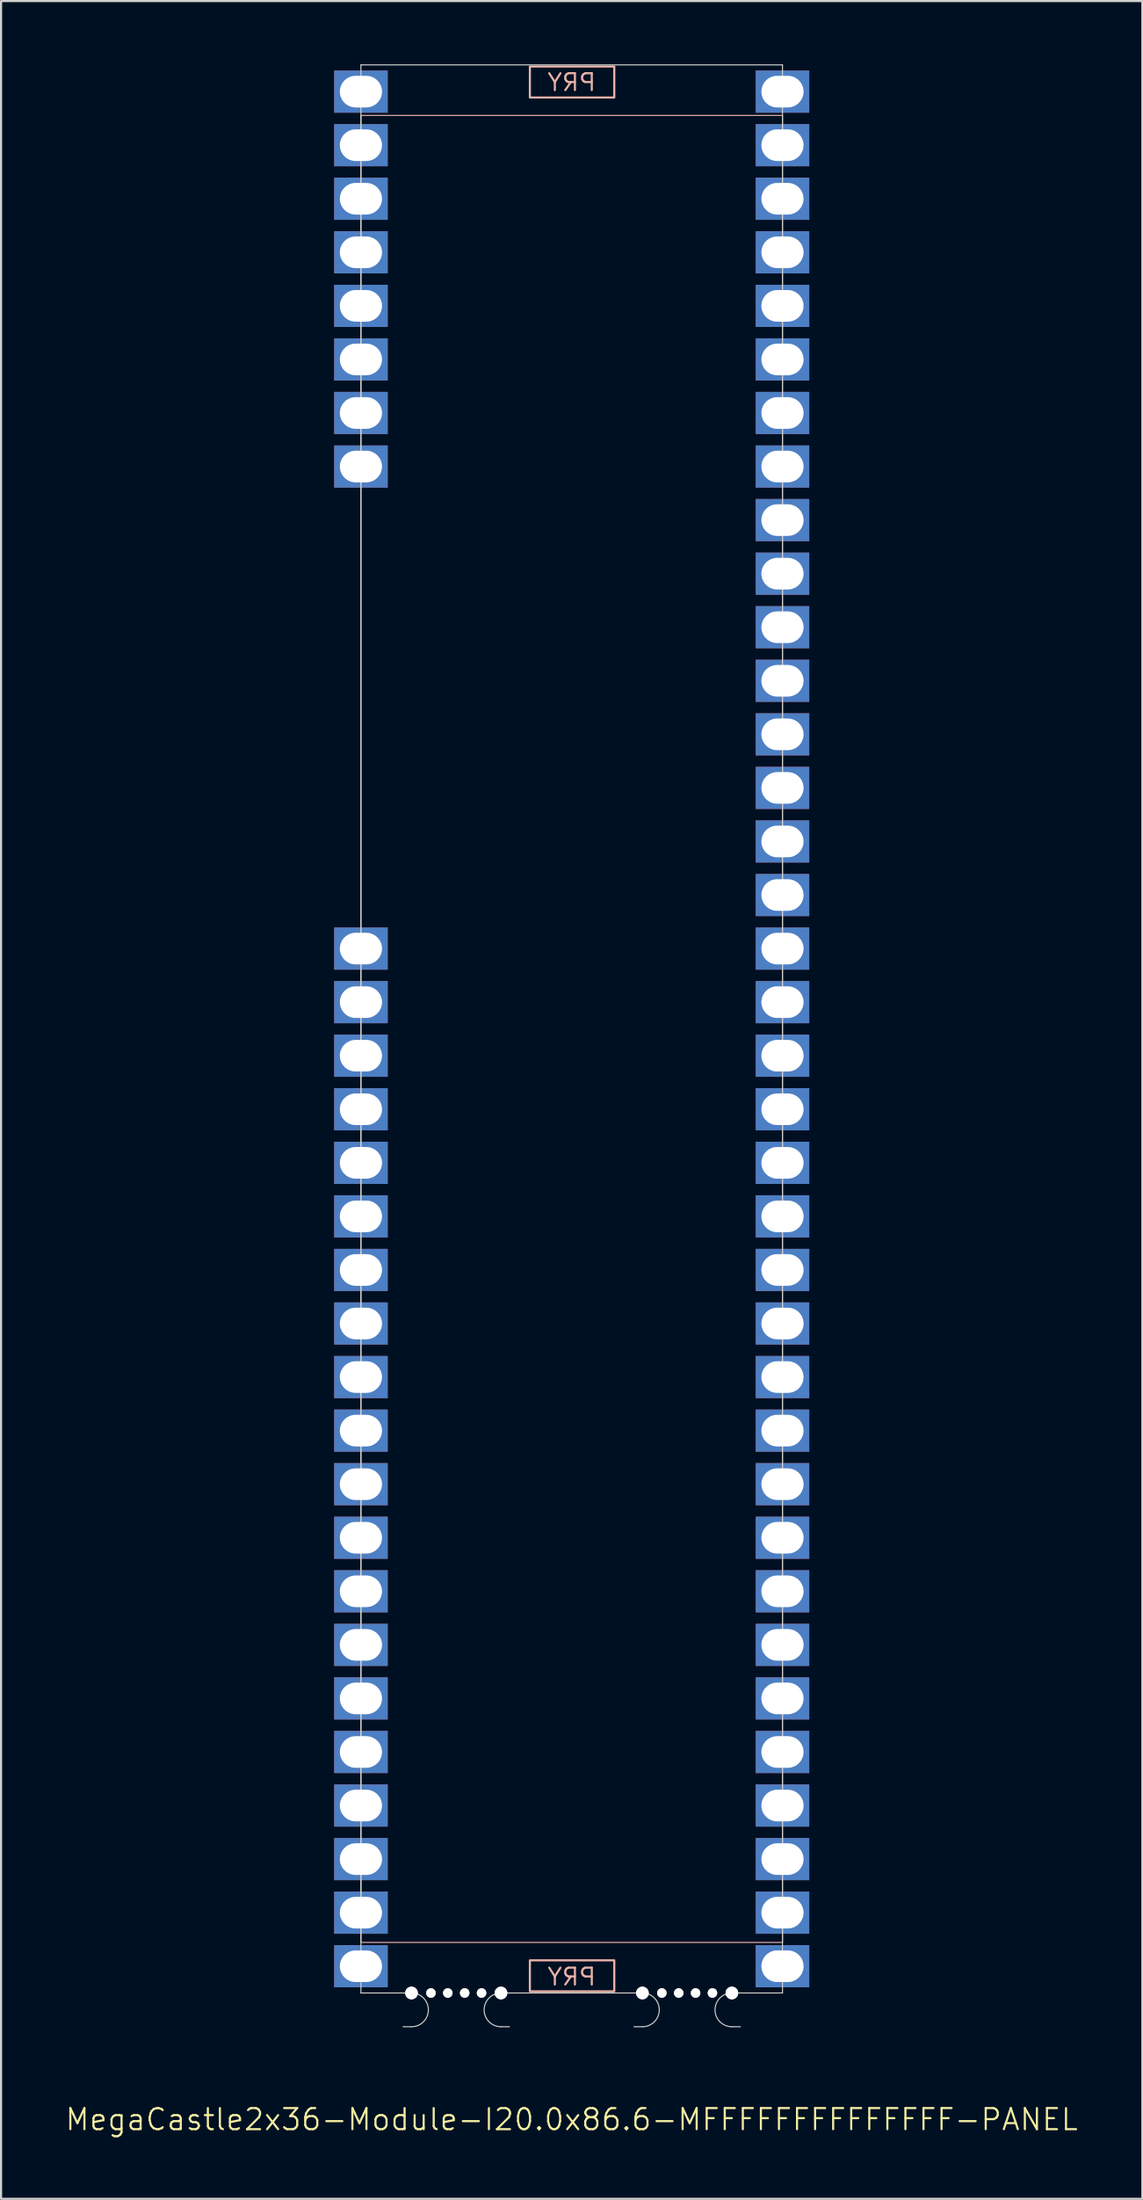
<source format=kicad_pcb>
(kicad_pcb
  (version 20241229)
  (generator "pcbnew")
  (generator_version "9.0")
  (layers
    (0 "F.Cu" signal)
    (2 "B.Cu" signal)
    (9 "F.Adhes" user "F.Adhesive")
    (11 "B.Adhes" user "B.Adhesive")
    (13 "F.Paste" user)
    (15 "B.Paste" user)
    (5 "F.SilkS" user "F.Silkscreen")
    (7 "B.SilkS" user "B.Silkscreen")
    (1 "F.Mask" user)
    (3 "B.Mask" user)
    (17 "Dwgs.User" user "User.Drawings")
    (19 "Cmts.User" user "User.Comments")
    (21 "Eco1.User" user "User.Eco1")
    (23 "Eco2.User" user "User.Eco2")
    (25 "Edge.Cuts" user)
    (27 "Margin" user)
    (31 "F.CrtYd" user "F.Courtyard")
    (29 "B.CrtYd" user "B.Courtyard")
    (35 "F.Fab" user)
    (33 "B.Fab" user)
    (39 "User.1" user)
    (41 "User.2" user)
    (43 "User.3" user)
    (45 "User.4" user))
  (footprint "MegaCastle2x36-Module-I20.0x86.6-MFFFFFFFFFFFFFF-PANEL"
    (layer "F.Cu")
    (at 24.074 45.745)
    (property "Reference" "MegaCastle2x36-Module-I20.0x86.6-MFFFFFFFFFFFFFF-PANEL" (at 0 51.72 0) (unlocked yes) (layer "F.SilkS") (effects (font (size 1 1) (thickness 0.1))))
    (attr smd)
    (fp_rect (start -10 43.32) (end 10 -43.32) (stroke (width 0.05) (type default)) (fill no) (layer "B.SilkS"))
    (fp_rect (start -1.984 -44.171) (end 2.02 -45.64) (stroke (width 0.1) (type default)) (fill no) (layer "B.SilkS"))
    (fp_rect (start -1.984 44.171) (end 2.02 45.64) (stroke (width 0.1) (type default)) (fill no) (layer "B.SilkS"))
    (fp_line (start -10 -45.72) (end -10 45.72) (stroke (width 0.05) (type default)) (layer "Edge.Cuts"))
    (fp_line (start -10 -45.72) (end 10 -45.72) (stroke (width 0.05) (type default)) (layer "Edge.Cuts"))
    (fp_line (start -10 45.72) (end -8 45.72) (stroke (width 0.05) (type default)) (layer "Edge.Cuts"))
    (fp_line (start -8 45.72) (end -7.6 45.72) (stroke (width 0.05) (type default)) (layer "Edge.Cuts"))
    (fp_line (start -8 47.32) (end -7.6 47.32) (stroke (width 0.05) (type default)) (layer "Edge.Cuts"))
    (fp_line (start -2.955 45.72) (end -3.355 45.72) (stroke (width 0.05) (type default)) (layer "Edge.Cuts"))
    (fp_line (start -2.955 45.72) (end 2.955 45.72) (stroke (width 0.05) (type default)) (layer "Edge.Cuts"))
    (fp_line (start -2.955 47.32) (end -3.355 47.32) (stroke (width 0.05) (type default)) (layer "Edge.Cuts"))
    (fp_line (start 2.955 45.72) (end 3.355 45.72) (stroke (width 0.05) (type default)) (layer "Edge.Cuts"))
    (fp_line (start 2.955 47.32) (end 3.355 47.32) (stroke (width 0.05) (type default)) (layer "Edge.Cuts"))
    (fp_line (start 8 45.72) (end 7.6 45.72) (stroke (width 0.05) (type default)) (layer "Edge.Cuts"))
    (fp_line (start 8 45.72) (end 10 45.72) (stroke (width 0.05) (type default)) (layer "Edge.Cuts"))
    (fp_line (start 8 47.32) (end 7.6 47.32) (stroke (width 0.05) (type default)) (layer "Edge.Cuts"))
    (fp_line (start 10 -45.72) (end 10 45.72) (stroke (width 0.05) (type default)) (layer "Edge.Cuts"))
    (fp_arc (start -7.6 45.720001) (mid -6.8 46.52) (end -7.6 47.32) (stroke (width 0.05) (type default)) (layer "Edge.Cuts"))
    (fp_arc (start -3.355 47.32) (mid -4.155 46.520001) (end -3.355 45.720001) (stroke (width 0.05) (type default)) (layer "Edge.Cuts"))
    (fp_arc (start 3.355 45.720001) (mid 4.155 46.52) (end 3.355 47.32) (stroke (width 0.05) (type default)) (layer "Edge.Cuts"))
    (fp_arc (start 7.6 47.32) (mid 6.8 46.52) (end 7.6 45.720001) (stroke (width 0.05) (type default)) (layer "Edge.Cuts"))
    (fp_text user "PRY" (at 0 45.42 0) (unlocked yes) (layer "B.SilkS") (effects (font (size 0.8 0.8) (thickness 0.1)) (justify bottom mirror)))
    (fp_text user "PRY" (at 0 -44.42 0) (unlocked yes) (layer "B.SilkS") (effects (font (size 0.8 0.8) (thickness 0.1)) (justify bottom mirror)))
    (pad "" np_thru_hole circle (at -7.6 45.72) (size 0.6 0.6) (drill 0.6) (layers "*.Cu" "Edge.Cuts"))
    (pad "" np_thru_hole circle (at -6.678 45.72) (size 0.45 0.45) (drill 0.45) (layers "*.Cu" "Edge.Cuts"))
    (pad "" np_thru_hole circle (at -5.878 45.72) (size 0.45 0.45) (drill 0.45) (layers "*.Cu" "Edge.Cuts"))
    (pad "" np_thru_hole circle (at -5.077 45.72) (size 0.45 0.45) (drill 0.45) (layers "*.Cu" "Edge.Cuts"))
    (pad "" np_thru_hole circle (at -4.277 45.72) (size 0.45 0.45) (drill 0.45) (layers "*.Cu" "Edge.Cuts"))
    (pad "" np_thru_hole circle (at -3.355 45.72) (size 0.6 0.6) (drill 0.6) (layers "*.Cu" "Edge.Cuts"))
    (pad "" np_thru_hole circle (at 3.355 45.72) (size 0.6 0.6) (drill 0.6) (layers "*.Cu" "Edge.Cuts"))
    (pad "" np_thru_hole circle (at 4.277 45.72) (size 0.45 0.45) (drill 0.45) (layers "*.Cu" "Edge.Cuts"))
    (pad "" np_thru_hole circle (at 5.077 45.72) (size 0.45 0.45) (drill 0.45) (layers "*.Cu" "Edge.Cuts"))
    (pad "" np_thru_hole circle (at 5.878 45.72) (size 0.45 0.45) (drill 0.45) (layers "*.Cu" "Edge.Cuts"))
    (pad "" np_thru_hole circle (at 6.678 45.72) (size 0.45 0.45) (drill 0.45) (layers "*.Cu" "Edge.Cuts"))
    (pad "" np_thru_hole circle (at 7.6 45.72) (size 0.6 0.6) (drill 0.6) (layers "*.Cu" "Edge.Cuts"))
    (pad "1" thru_hole rect (at -10 -44.45) (size 2.54 2) (drill oval 2 1.5) (property pad_prop_castellated) (layers "*.Cu" "*.Mask"))
    (pad "2" thru_hole rect (at -10 -41.91) (size 2.54 2) (drill oval 2 1.5) (property pad_prop_castellated) (layers "*.Cu" "*.Mask"))
    (pad "3" thru_hole rect (at -10 -39.37) (size 2.54 2) (drill oval 2 1.5) (property pad_prop_castellated) (layers "*.Cu" "*.Mask"))
    (pad "4" thru_hole rect (at -10 -36.83) (size 2.54 2) (drill oval 2 1.5) (property pad_prop_castellated) (layers "*.Cu" "*.Mask"))
    (pad "5" thru_hole rect (at -10 -34.29) (size 2.54 2) (drill oval 2 1.5) (property pad_prop_castellated) (layers "*.Cu" "*.Mask"))
    (pad "6" thru_hole rect (at -10 -31.75) (size 2.54 2) (drill oval 2 1.5) (property pad_prop_castellated) (layers "*.Cu" "*.Mask"))
    (pad "7" thru_hole rect (at -10 -29.21) (size 2.54 2) (drill oval 2 1.5) (property pad_prop_castellated) (layers "*.Cu" "*.Mask"))
    (pad "8" thru_hole rect (at -10 -26.67) (size 2.54 2) (drill oval 2 1.5) (property pad_prop_castellated) (layers "*.Cu" "*.Mask"))
    (pad "17" thru_hole rect (at -10 -3.81) (size 2.54 2) (drill oval 2 1.5) (property pad_prop_castellated) (layers "*.Cu" "*.Mask"))
    (pad "18" thru_hole rect (at -10 -1.27) (size 2.54 2) (drill oval 2 1.5) (property pad_prop_castellated) (layers "*.Cu" "*.Mask"))
    (pad "19" thru_hole rect (at -10 1.27) (size 2.54 2) (drill oval 2 1.5) (property pad_prop_castellated) (layers "*.Cu" "*.Mask"))
    (pad "20" thru_hole rect (at -10 3.81) (size 2.54 2) (drill oval 2 1.5) (property pad_prop_castellated) (layers "*.Cu" "*.Mask"))
    (pad "21" thru_hole rect (at -10 6.35) (size 2.54 2) (drill oval 2 1.5) (property pad_prop_castellated) (layers "*.Cu" "*.Mask"))
    (pad "22" thru_hole rect (at -10 8.89) (size 2.54 2) (drill oval 2 1.5) (property pad_prop_castellated) (layers "*.Cu" "*.Mask"))
    (pad "23" thru_hole rect (at -10 11.43) (size 2.54 2) (drill oval 2 1.5) (property pad_prop_castellated) (layers "*.Cu" "*.Mask"))
    (pad "24" thru_hole rect (at -10 13.97) (size 2.54 2) (drill oval 2 1.5) (property pad_prop_castellated) (layers "*.Cu" "*.Mask"))
    (pad "25" thru_hole rect (at -10 16.51) (size 2.54 2) (drill oval 2 1.5) (property pad_prop_castellated) (layers "*.Cu" "*.Mask"))
    (pad "26" thru_hole rect (at -10 19.05) (size 2.54 2) (drill oval 2 1.5) (property pad_prop_castellated) (layers "*.Cu" "*.Mask"))
    (pad "27" thru_hole rect (at -10 21.59) (size 2.54 2) (drill oval 2 1.5) (property pad_prop_castellated) (layers "*.Cu" "*.Mask"))
    (pad "28" thru_hole rect (at -10 24.13) (size 2.54 2) (drill oval 2 1.5) (property pad_prop_castellated) (layers "*.Cu" "*.Mask"))
    (pad "29" thru_hole rect (at -10 26.67) (size 2.54 2) (drill oval 2 1.5) (property pad_prop_castellated) (layers "*.Cu" "*.Mask"))
    (pad "30" thru_hole rect (at -10 29.21) (size 2.54 2) (drill oval 2 1.5) (property pad_prop_castellated) (layers "*.Cu" "*.Mask"))
    (pad "31" thru_hole rect (at -10 31.75) (size 2.54 2) (drill oval 2 1.5) (property pad_prop_castellated) (layers "*.Cu" "*.Mask"))
    (pad "32" thru_hole rect (at -10 34.29) (size 2.54 2) (drill oval 2 1.5) (property pad_prop_castellated) (layers "*.Cu" "*.Mask"))
    (pad "33" thru_hole rect (at -10 36.83) (size 2.54 2) (drill oval 2 1.5) (property pad_prop_castellated) (layers "*.Cu" "*.Mask"))
    (pad "34" thru_hole rect (at -10 39.37) (size 2.54 2) (drill oval 2 1.5) (property pad_prop_castellated) (layers "*.Cu" "*.Mask"))
    (pad "35" thru_hole rect (at -10 41.91) (size 2.54 2) (drill oval 2 1.5) (property pad_prop_castellated) (layers "*.Cu" "*.Mask"))
    (pad "36" thru_hole rect (at -10 44.45) (size 2.54 2) (drill oval 2 1.5) (property pad_prop_castellated) (layers "*.Cu" "*.Mask"))
    (pad "37" thru_hole rect (at 10 -44.45) (size 2.54 2) (drill oval 2 1.5) (property pad_prop_castellated) (layers "*.Cu" "*.Mask"))
    (pad "38" thru_hole rect (at 10 -41.91) (size 2.54 2) (drill oval 2 1.5) (property pad_prop_castellated) (layers "*.Cu" "*.Mask"))
    (pad "39" thru_hole rect (at 10 -39.37) (size 2.54 2) (drill oval 2 1.5) (property pad_prop_castellated) (layers "*.Cu" "*.Mask"))
    (pad "40" thru_hole rect (at 10 -36.83) (size 2.54 2) (drill oval 2 1.5) (property pad_prop_castellated) (layers "*.Cu" "*.Mask"))
    (pad "41" thru_hole rect (at 10 -34.29) (size 2.54 2) (drill oval 2 1.5) (property pad_prop_castellated) (layers "*.Cu" "*.Mask"))
    (pad "42" thru_hole rect (at 10 -31.75) (size 2.54 2) (drill oval 2 1.5) (property pad_prop_castellated) (layers "*.Cu" "*.Mask"))
    (pad "43" thru_hole rect (at 10 -29.21) (size 2.54 2) (drill oval 2 1.5) (property pad_prop_castellated) (layers "*.Cu" "*.Mask"))
    (pad "44" thru_hole rect (at 10 -26.67) (size 2.54 2) (drill oval 2 1.5) (property pad_prop_castellated) (layers "*.Cu" "*.Mask"))
    (pad "45" thru_hole rect (at 10 -24.13) (size 2.54 2) (drill oval 2 1.5) (property pad_prop_castellated) (layers "*.Cu" "*.Mask"))
    (pad "46" thru_hole rect (at 10 -21.59) (size 2.54 2) (drill oval 2 1.5) (property pad_prop_castellated) (layers "*.Cu" "*.Mask"))
    (pad "47" thru_hole rect (at 10 -19.05) (size 2.54 2) (drill oval 2 1.5) (property pad_prop_castellated) (layers "*.Cu" "*.Mask"))
    (pad "48" thru_hole rect (at 10 -16.51) (size 2.54 2) (drill oval 2 1.5) (property pad_prop_castellated) (layers "*.Cu" "*.Mask"))
    (pad "49" thru_hole rect (at 10 -13.97) (size 2.54 2) (drill oval 2 1.5) (property pad_prop_castellated) (layers "*.Cu" "*.Mask"))
    (pad "50" thru_hole rect (at 10 -11.43) (size 2.54 2) (drill oval 2 1.5) (property pad_prop_castellated) (layers "*.Cu" "*.Mask"))
    (pad "51" thru_hole rect (at 10 -8.89) (size 2.54 2) (drill oval 2 1.5) (property pad_prop_castellated) (layers "*.Cu" "*.Mask"))
    (pad "52" thru_hole rect (at 10 -6.35) (size 2.54 2) (drill oval 2 1.5) (property pad_prop_castellated) (layers "*.Cu" "*.Mask"))
    (pad "53" thru_hole rect (at 10 -3.81) (size 2.54 2) (drill oval 2 1.5) (property pad_prop_castellated) (layers "*.Cu" "*.Mask"))
    (pad "54" thru_hole rect (at 10 -1.27) (size 2.54 2) (drill oval 2 1.5) (property pad_prop_castellated) (layers "*.Cu" "*.Mask"))
    (pad "55" thru_hole rect (at 10 1.27) (size 2.54 2) (drill oval 2 1.5) (property pad_prop_castellated) (layers "*.Cu" "*.Mask"))
    (pad "56" thru_hole rect (at 10 3.81) (size 2.54 2) (drill oval 2 1.5) (property pad_prop_castellated) (layers "*.Cu" "*.Mask"))
    (pad "57" thru_hole rect (at 10 6.35) (size 2.54 2) (drill oval 2 1.5) (property pad_prop_castellated) (layers "*.Cu" "*.Mask"))
    (pad "58" thru_hole rect (at 10 8.89) (size 2.54 2) (drill oval 2 1.5) (property pad_prop_castellated) (layers "*.Cu" "*.Mask"))
    (pad "59" thru_hole rect (at 10 11.43) (size 2.54 2) (drill oval 2 1.5) (property pad_prop_castellated) (layers "*.Cu" "*.Mask"))
    (pad "60" thru_hole rect (at 10 13.97) (size 2.54 2) (drill oval 2 1.5) (property pad_prop_castellated) (layers "*.Cu" "*.Mask"))
    (pad "61" thru_hole rect (at 10 16.51) (size 2.54 2) (drill oval 2 1.5) (property pad_prop_castellated) (layers "*.Cu" "*.Mask"))
    (pad "62" thru_hole rect (at 10 19.05) (size 2.54 2) (drill oval 2 1.5) (property pad_prop_castellated) (layers "*.Cu" "*.Mask"))
    (pad "63" thru_hole rect (at 10 21.59) (size 2.54 2) (drill oval 2 1.5) (property pad_prop_castellated) (layers "*.Cu" "*.Mask"))
    (pad "64" thru_hole rect (at 10 24.13) (size 2.54 2) (drill oval 2 1.5) (property pad_prop_castellated) (layers "*.Cu" "*.Mask"))
    (pad "65" thru_hole rect (at 10 26.67) (size 2.54 2) (drill oval 2 1.5) (property pad_prop_castellated) (layers "*.Cu" "*.Mask"))
    (pad "66" thru_hole rect (at 10 29.21) (size 2.54 2) (drill oval 2 1.5) (property pad_prop_castellated) (layers "*.Cu" "*.Mask"))
    (pad "67" thru_hole rect (at 10 31.75) (size 2.54 2) (drill oval 2 1.5) (property pad_prop_castellated) (layers "*.Cu" "*.Mask"))
    (pad "68" thru_hole rect (at 10 34.29) (size 2.54 2) (drill oval 2 1.5) (property pad_prop_castellated) (layers "*.Cu" "*.Mask"))
    (pad "69" thru_hole rect (at 10 36.83) (size 2.54 2) (drill oval 2 1.5) (property pad_prop_castellated) (layers "*.Cu" "*.Mask"))
    (pad "70" thru_hole rect (at 10 39.37) (size 2.54 2) (drill oval 2 1.5) (property pad_prop_castellated) (layers "*.Cu" "*.Mask"))
    (pad "71" thru_hole rect (at 10 41.91) (size 2.54 2) (drill oval 2 1.5) (property pad_prop_castellated) (layers "*.Cu" "*.Mask"))
    (pad "72" thru_hole rect (at 10 44.45) (size 2.54 2) (drill oval 2 1.5) (property pad_prop_castellated) (layers "*.Cu" "*.Mask"))
    (zone (net_name "") (layer "B.Cu") (hatch edge 0.5) (connect_pads) (min_thickness 0.25) (filled_areas_thickness no) (keepout (tracks allowed) (vias allowed) (pads allowed) (copperpour allowed) (footprints not_allowed)) (placement (enabled no)) (fill) (polygon (pts (xy 14.074 91.465) (xy 14.074 0.025))))
    (zone (net_name "") (layer "B.Cu") (hatch edge 0.5) (connect_pads) (min_thickness 0.25) (filled_areas_thickness no) (keepout (tracks allowed) (vias allowed) (pads allowed) (copperpour allowed) (footprints not_allowed)) (placement (enabled no)) (fill) (polygon (pts (xy 34.074 91.465) (xy 34.074 0.025))))
    (zone (net_name "") (layer "B.Cu") (hatch edge 0.5) (connect_pads) (min_thickness 0.25) (filled_areas_thickness no) (keepout (tracks allowed) (vias allowed) (pads allowed) (copperpour allowed) (footprints not_allowed)) (placement (enabled no)) (fill) (polygon (pts (xy 14.074 0.025) (xy 14.074 2.425) (xy 34.074 2.425) (xy 34.074 0.025))))
    (zone (net_name "") (layer "B.Cu") (hatch edge 0.5) (connect_pads) (min_thickness 0.25) (filled_areas_thickness no) (keepout (tracks allowed) (vias allowed) (pads allowed) (copperpour allowed) (footprints not_allowed)) (placement (enabled no)) (fill) (polygon (pts (xy 14.074 91.465) (xy 14.074 89.065) (xy 34.074 89.065) (xy 34.074 91.465))))
    (zone (net_name "") (layer "B.Cu") (name "Upper Pry Zone") (hatch edge 0.5) (connect_pads) (min_thickness 0.25) (filled_areas_thickness no) (keepout (tracks not_allowed) (vias not_allowed) (pads not_allowed) (copperpour allowed) (footprints not_allowed)) (placement (enabled no)) (fill) (polygon (pts (xy 22.09 1.574) (xy 22.09 0.105) (xy 26.093 0.105) (xy 26.093 1.574))))
    (zone (net_name "") (layer "B.Cu") (name "Upper Pry Zone") (hatch edge 0.5) (connect_pads) (min_thickness 0.25) (filled_areas_thickness no) (keepout (tracks not_allowed) (vias not_allowed) (pads not_allowed) (copperpour allowed) (footprints not_allowed)) (placement (enabled no)) (fill) (polygon (pts (xy 22.09 89.916) (xy 22.09 91.385) (xy 26.093 91.385) (xy 26.093 89.916)))))
  (gr_rect
    (start -3 -3)
    (end 51.148 101.226)
    (stroke (width 0.1) (type default))
    (fill no)
    (layer "Edge.Cuts")))
</source>
